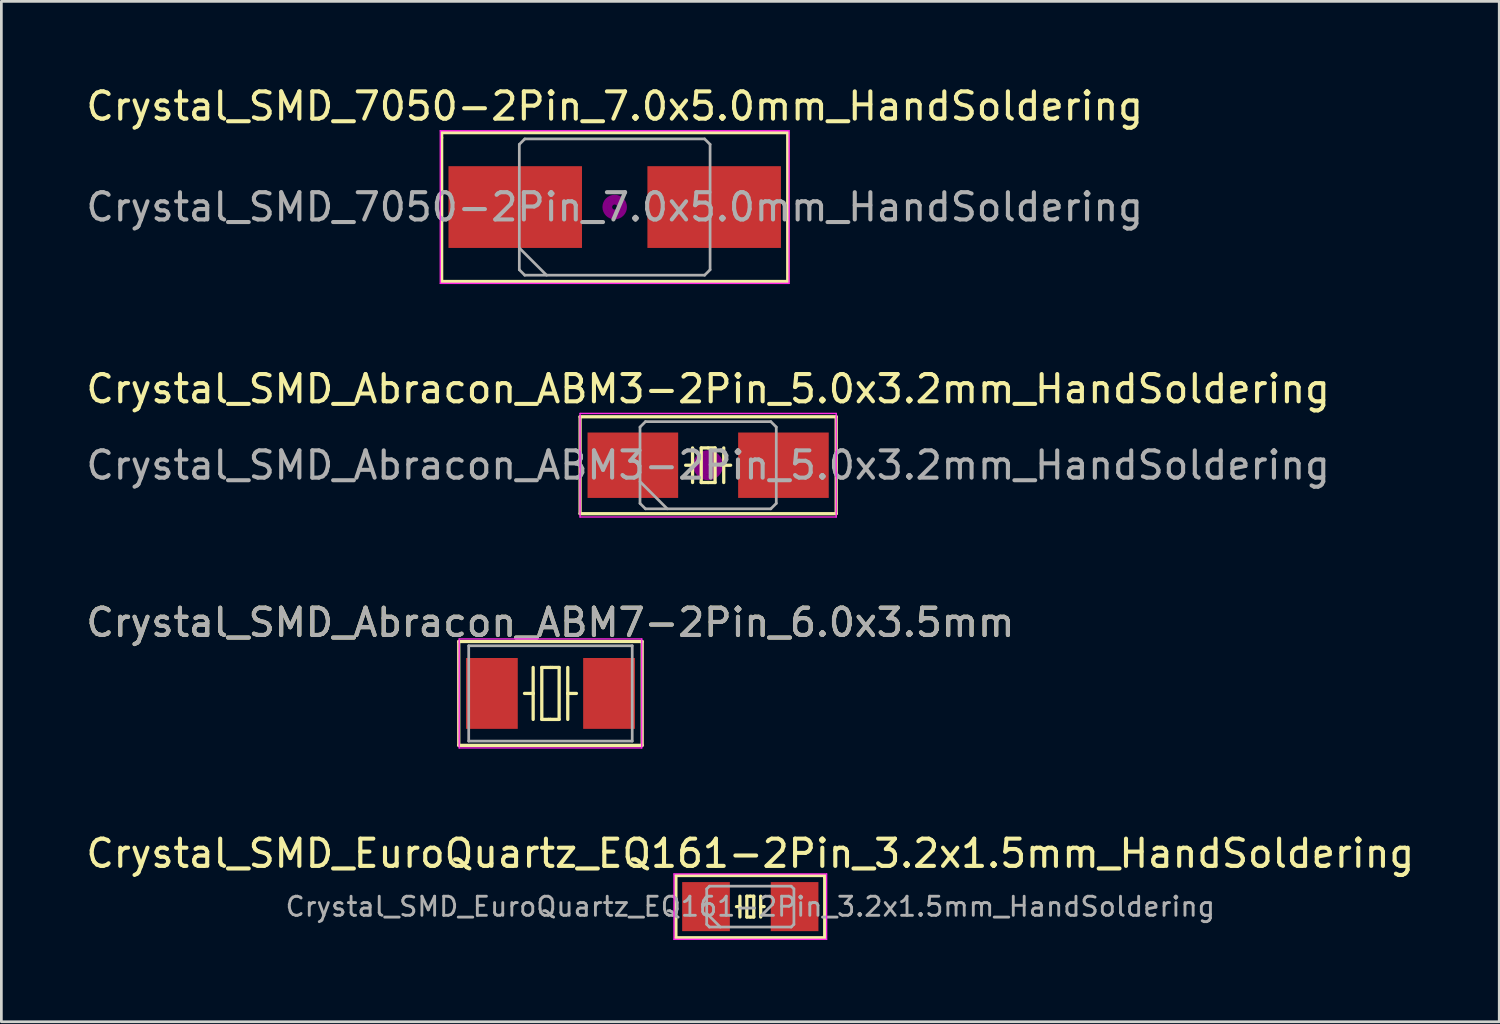
<source format=kicad_pcb>
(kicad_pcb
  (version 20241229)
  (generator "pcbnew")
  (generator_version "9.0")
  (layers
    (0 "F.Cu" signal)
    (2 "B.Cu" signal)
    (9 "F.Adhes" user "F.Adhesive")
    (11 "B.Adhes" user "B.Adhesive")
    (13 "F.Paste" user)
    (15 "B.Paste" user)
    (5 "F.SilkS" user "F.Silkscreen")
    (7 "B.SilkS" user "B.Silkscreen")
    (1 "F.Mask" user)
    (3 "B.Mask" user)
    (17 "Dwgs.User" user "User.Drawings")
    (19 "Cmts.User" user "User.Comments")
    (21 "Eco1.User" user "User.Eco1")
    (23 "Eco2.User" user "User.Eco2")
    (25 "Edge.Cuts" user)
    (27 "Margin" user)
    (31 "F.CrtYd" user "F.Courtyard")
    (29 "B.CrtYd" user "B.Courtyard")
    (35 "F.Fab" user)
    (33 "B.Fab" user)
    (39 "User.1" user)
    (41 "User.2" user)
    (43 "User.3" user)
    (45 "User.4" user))
  (footprint "Crystal_SMD_Abracon_ABM7-2Pin_6.0x3.5mm"
    (layer "F.Cu")
    (at 17.149 22.395)
    (property "Reference" "Crystal_SMD_Abracon_ABM7-2Pin_6.0x3.5mm" (at 0 -2.6 0) (layer "F.SilkS") (effects (font (size 1 1) (thickness 0.15))))
    (attr smd)
    (fp_line (start -3.365 -1.905) (end -3.365 1.905) (stroke (width 0.12) (type solid)) (layer "F.SilkS"))
    (fp_line (start -3.365 -1.905) (end 3.365 -1.905) (stroke (width 0.12) (type solid)) (layer "F.SilkS"))
    (fp_line (start -0.953 0) (end -0.635 0) (stroke (width 0.12) (type solid)) (layer "F.SilkS"))
    (fp_line (start -0.635 0) (end -0.635 -0.953) (stroke (width 0.12) (type solid)) (layer "F.SilkS"))
    (fp_line (start -0.635 0) (end -0.635 0.953) (stroke (width 0.12) (type solid)) (layer "F.SilkS"))
    (fp_line (start -0.318 -0.953) (end 0 -0.953) (stroke (width 0.12) (type solid)) (layer "F.SilkS"))
    (fp_line (start -0.318 0.953) (end -0.318 -0.953) (stroke (width 0.12) (type solid)) (layer "F.SilkS"))
    (fp_line (start -0.318 0.953) (end -0.064 0.953) (stroke (width 0.12) (type solid)) (layer "F.SilkS"))
    (fp_line (start -0.064 0.953) (end 0 0.953) (stroke (width 0.12) (type solid)) (layer "F.SilkS"))
    (fp_line (start 0.064 -0.953) (end 0 -0.953) (stroke (width 0.12) (type solid)) (layer "F.SilkS"))
    (fp_line (start 0.318 -0.953) (end 0.064 -0.953) (stroke (width 0.12) (type solid)) (layer "F.SilkS"))
    (fp_line (start 0.318 -0.953) (end 0.318 0.953) (stroke (width 0.12) (type solid)) (layer "F.SilkS"))
    (fp_line (start 0.318 0.953) (end 0 0.953) (stroke (width 0.12) (type solid)) (layer "F.SilkS"))
    (fp_line (start 0.635 0) (end 0.635 -0.953) (stroke (width 0.12) (type solid)) (layer "F.SilkS"))
    (fp_line (start 0.635 0) (end 0.635 0.953) (stroke (width 0.12) (type solid)) (layer "F.SilkS"))
    (fp_line (start 0.953 0) (end 0.635 0) (stroke (width 0.12) (type solid)) (layer "F.SilkS"))
    (fp_line (start 3.365 -1.905) (end 3.365 1.905) (stroke (width 0.12) (type solid)) (layer "F.SilkS"))
    (fp_line (start 3.365 1.905) (end -3.365 1.905) (stroke (width 0.12) (type solid)) (layer "F.SilkS"))
    (fp_line (start -3.35 -2) (end -3.35 2) (stroke (width 0.05) (type solid)) (layer "F.CrtYd"))
    (fp_line (start -3.35 -2) (end 3.35 -2) (stroke (width 0.05) (type solid)) (layer "F.CrtYd"))
    (fp_line (start 3.35 2) (end -3.35 2) (stroke (width 0.05) (type solid)) (layer "F.CrtYd"))
    (fp_line (start 3.35 2) (end 3.35 -2) (stroke (width 0.05) (type solid)) (layer "F.CrtYd"))
    (fp_line (start -3 -1.75) (end -3 1.75) (stroke (width 0.1) (type solid)) (layer "F.Fab"))
    (fp_line (start -3 -1.75) (end 3 -1.75) (stroke (width 0.1) (type solid)) (layer "F.Fab"))
    (fp_line (start -3 1.75) (end 3 1.75) (stroke (width 0.1) (type solid)) (layer "F.Fab"))
    (fp_line (start 3 -1.75) (end 3 1.75) (stroke (width 0.1) (type solid)) (layer "F.Fab"))
    (fp_text user "${REFERENCE}" (at 0 -2.6 0) (layer "F.Fab") (effects (font (size 1 1) (thickness 0.15))))
    (pad "1" smd rect (at -2.15 0) (size 1.9 2.6) (layers "F.Cu" "F.Mask" "F.Paste"))
    (pad "2" smd rect (at 2.15 0) (size 1.9 2.6) (layers "F.Cu" "F.Mask" "F.Paste")))
  (footprint "Crystal_SMD_Abracon_ABM3-2Pin_5.0x3.2mm_HandSoldering"
    (layer "F.Cu")
    (at 22.935 14.021)
    (property "Reference" "Crystal_SMD_Abracon_ABM3-2Pin_5.0x3.2mm_HandSoldering" (at 0 -2.8 0) (layer "F.SilkS") (effects (font (size 1 1) (thickness 0.15))))
    (attr smd)
    (fp_line (start -4.699 -1.778) (end -4.699 1.778) (stroke (width 0.12) (type solid)) (layer "F.SilkS"))
    (fp_line (start -4.699 1.778) (end 4.699 1.778) (stroke (width 0.12) (type solid)) (layer "F.SilkS"))
    (fp_line (start -0.826 0) (end -0.572 0) (stroke (width 0.12) (type solid)) (layer "F.SilkS"))
    (fp_line (start -0.572 -0.635) (end -0.572 0) (stroke (width 0.12) (type solid)) (layer "F.SilkS"))
    (fp_line (start -0.572 0) (end -0.572 0.635) (stroke (width 0.12) (type solid)) (layer "F.SilkS"))
    (fp_line (start -0.254 -0.635) (end 0 -0.635) (stroke (width 0.12) (type solid)) (layer "F.SilkS"))
    (fp_line (start -0.254 0.635) (end -0.254 -0.635) (stroke (width 0.12) (type solid)) (layer "F.SilkS"))
    (fp_line (start 0 -0.635) (end 0.254 -0.635) (stroke (width 0.12) (type solid)) (layer "F.SilkS"))
    (fp_line (start 0 0.635) (end -0.254 0.635) (stroke (width 0.12) (type solid)) (layer "F.SilkS"))
    (fp_line (start 0.254 -0.635) (end 0.254 0.635) (stroke (width 0.12) (type solid)) (layer "F.SilkS"))
    (fp_line (start 0.254 0.635) (end 0 0.635) (stroke (width 0.12) (type solid)) (layer "F.SilkS"))
    (fp_line (start 0.572 0) (end 0.572 -0.635) (stroke (width 0.12) (type solid)) (layer "F.SilkS"))
    (fp_line (start 0.572 0.635) (end 0.572 0) (stroke (width 0.12) (type solid)) (layer "F.SilkS"))
    (fp_line (start 0.826 0) (end 0.572 0) (stroke (width 0.12) (type solid)) (layer "F.SilkS"))
    (fp_line (start 4.699 -1.778) (end -4.699 -1.778) (stroke (width 0.12) (type solid)) (layer "F.SilkS"))
    (fp_line (start 4.699 1.778) (end 4.699 -1.778) (stroke (width 0.12) (type solid)) (layer "F.SilkS"))
    (fp_circle (center 0 0) (end 0.117 0) (stroke (width 0.233) (type solid)) (fill no) (layer "F.Adhes"))
    (fp_circle (center 0 0) (end 0.267 0) (stroke (width 0.167) (type solid)) (fill no) (layer "F.Adhes"))
    (fp_circle (center 0 0) (end 0.417 0) (stroke (width 0.167) (type solid)) (fill no) (layer "F.Adhes"))
    (fp_circle (center 0 0) (end 0.5 0) (stroke (width 0.1) (type solid)) (fill no) (layer "F.Adhes"))
    (fp_line (start -4.7 -1.9) (end -4.7 1.9) (stroke (width 0.05) (type solid)) (layer "F.CrtYd"))
    (fp_line (start -4.7 1.9) (end 4.7 1.9) (stroke (width 0.05) (type solid)) (layer "F.CrtYd"))
    (fp_line (start 4.7 -1.9) (end -4.7 -1.9) (stroke (width 0.05) (type solid)) (layer "F.CrtYd"))
    (fp_line (start 4.7 1.9) (end 4.7 -1.9) (stroke (width 0.05) (type solid)) (layer "F.CrtYd"))
    (fp_line (start -2.5 -1.4) (end -2.3 -1.6) (stroke (width 0.1) (type solid)) (layer "F.Fab"))
    (fp_line (start -2.5 0.6) (end -1.5 1.6) (stroke (width 0.1) (type solid)) (layer "F.Fab"))
    (fp_line (start -2.5 1.4) (end -2.5 -1.4) (stroke (width 0.1) (type solid)) (layer "F.Fab"))
    (fp_line (start -2.3 -1.6) (end 2.3 -1.6) (stroke (width 0.1) (type solid)) (layer "F.Fab"))
    (fp_line (start -2.3 1.6) (end -2.5 1.4) (stroke (width 0.1) (type solid)) (layer "F.Fab"))
    (fp_line (start 2.3 -1.6) (end 2.5 -1.4) (stroke (width 0.1) (type solid)) (layer "F.Fab"))
    (fp_line (start 2.3 1.6) (end -2.3 1.6) (stroke (width 0.1) (type solid)) (layer "F.Fab"))
    (fp_line (start 2.5 -1.4) (end 2.5 1.4) (stroke (width 0.1) (type solid)) (layer "F.Fab"))
    (fp_line (start 2.5 1.4) (end 2.3 1.6) (stroke (width 0.1) (type solid)) (layer "F.Fab"))
    (fp_text user "${REFERENCE}" (at 0 0 0) (layer "F.Fab") (effects (font (size 1 1) (thickness 0.15))))
    (pad "1" smd rect (at -2.763 0) (size 3.325 2.4) (layers "F.Cu" "F.Mask" "F.Paste"))
    (pad "2" smd rect (at 2.763 0) (size 3.325 2.4) (layers "F.Cu" "F.Mask" "F.Paste")))
  (footprint "Crystal_SMD_7050-2Pin_7.0x5.0mm_HandSoldering"
    (layer "F.Cu")
    (at 19.506 4.548)
    (property "Reference" "Crystal_SMD_7050-2Pin_7.0x5.0mm_HandSoldering" (at 0 -3.7 0) (layer "F.SilkS") (effects (font (size 1 1) (thickness 0.15))))
    (attr smd)
    (fp_line (start -6.35 -2.731) (end -6.35 -2.54) (stroke (width 0.12) (type solid)) (layer "F.SilkS"))
    (fp_line (start -6.35 -2.54) (end -6.35 2.731) (stroke (width 0.12) (type solid)) (layer "F.SilkS"))
    (fp_line (start -6.35 2.731) (end 6.35 2.731) (stroke (width 0.12) (type solid)) (layer "F.SilkS"))
    (fp_line (start 6.35 -2.731) (end -6.35 -2.731) (stroke (width 0.12) (type solid)) (layer "F.SilkS"))
    (fp_line (start 6.35 2.731) (end 6.35 -2.731) (stroke (width 0.12) (type solid)) (layer "F.SilkS"))
    (fp_circle (center 0 0) (end 0.093 0) (stroke (width 0.187) (type solid)) (fill no) (layer "F.Adhes"))
    (fp_circle (center 0 0) (end 0.213 0) (stroke (width 0.133) (type solid)) (fill no) (layer "F.Adhes"))
    (fp_circle (center 0 0) (end 0.333 0) (stroke (width 0.133) (type solid)) (fill no) (layer "F.Adhes"))
    (fp_circle (center 0 0) (end 0.4 0) (stroke (width 0.1) (type solid)) (fill no) (layer "F.Adhes"))
    (fp_line (start -6.4 -2.8) (end -6.4 2.8) (stroke (width 0.05) (type solid)) (layer "F.CrtYd"))
    (fp_line (start -6.4 2.8) (end 6.4 2.8) (stroke (width 0.05) (type solid)) (layer "F.CrtYd"))
    (fp_line (start 6.4 -2.8) (end -6.4 -2.8) (stroke (width 0.05) (type solid)) (layer "F.CrtYd"))
    (fp_line (start 6.4 2.8) (end 6.4 -2.8) (stroke (width 0.05) (type solid)) (layer "F.CrtYd"))
    (fp_line (start -3.5 -2.3) (end -3.3 -2.5) (stroke (width 0.1) (type solid)) (layer "F.Fab"))
    (fp_line (start -3.5 1.5) (end -2.5 2.5) (stroke (width 0.1) (type solid)) (layer "F.Fab"))
    (fp_line (start -3.5 2.3) (end -3.5 -2.3) (stroke (width 0.1) (type solid)) (layer "F.Fab"))
    (fp_line (start -3.3 -2.5) (end 3.3 -2.5) (stroke (width 0.1) (type solid)) (layer "F.Fab"))
    (fp_line (start -3.3 2.5) (end -3.5 2.3) (stroke (width 0.1) (type solid)) (layer "F.Fab"))
    (fp_line (start 3.3 -2.5) (end 3.5 -2.3) (stroke (width 0.1) (type solid)) (layer "F.Fab"))
    (fp_line (start 3.3 2.5) (end -3.3 2.5) (stroke (width 0.1) (type solid)) (layer "F.Fab"))
    (fp_line (start 3.5 -2.3) (end 3.5 2.3) (stroke (width 0.1) (type solid)) (layer "F.Fab"))
    (fp_line (start 3.5 2.3) (end 3.3 2.5) (stroke (width 0.1) (type solid)) (layer "F.Fab"))
    (fp_text user "${REFERENCE}" (at 0 0 0) (layer "F.Fab") (effects (font (size 1 1) (thickness 0.15))))
    (pad "1" smd rect (at -3.65 0) (size 4.9 3) (layers "F.Cu" "F.Mask" "F.Paste"))
    (pad "2" smd rect (at 3.65 0) (size 4.9 3) (layers "F.Cu" "F.Mask" "F.Paste")))
  (footprint "Crystal_SMD_EuroQuartz_EQ161-2Pin_3.2x1.5mm_HandSoldering"
    (layer "F.Cu")
    (at 24.482 30.218)
    (property "Reference" "Crystal_SMD_EuroQuartz_EQ161-2Pin_3.2x1.5mm_HandSoldering" (at 0 -1.95 0) (layer "F.SilkS") (effects (font (size 1 1) (thickness 0.15))))
    (attr smd)
    (fp_line (start -2.731 -1.143) (end -2.731 1.143) (stroke (width 0.12) (type solid)) (layer "F.SilkS"))
    (fp_line (start -2.731 1.143) (end 2.731 1.143) (stroke (width 0.12) (type solid)) (layer "F.SilkS"))
    (fp_line (start -0.508 0) (end -0.381 0) (stroke (width 0.12) (type solid)) (layer "F.SilkS"))
    (fp_line (start -0.381 0) (end -0.381 -0.381) (stroke (width 0.12) (type solid)) (layer "F.SilkS"))
    (fp_line (start -0.381 0) (end -0.381 0.381) (stroke (width 0.12) (type solid)) (layer "F.SilkS"))
    (fp_line (start -0.127 -0.381) (end 0 -0.381) (stroke (width 0.12) (type solid)) (layer "F.SilkS"))
    (fp_line (start -0.127 0.381) (end -0.127 -0.381) (stroke (width 0.12) (type solid)) (layer "F.SilkS"))
    (fp_line (start 0 -0.381) (end 0.127 -0.381) (stroke (width 0.12) (type solid)) (layer "F.SilkS"))
    (fp_line (start 0 0.381) (end -0.127 0.381) (stroke (width 0.12) (type solid)) (layer "F.SilkS"))
    (fp_line (start 0.127 -0.381) (end 0.127 0.381) (stroke (width 0.12) (type solid)) (layer "F.SilkS"))
    (fp_line (start 0.127 0.381) (end 0 0.381) (stroke (width 0.12) (type solid)) (layer "F.SilkS"))
    (fp_line (start 0.381 0) (end 0.381 -0.381) (stroke (width 0.12) (type solid)) (layer "F.SilkS"))
    (fp_line (start 0.381 0) (end 0.381 0.381) (stroke (width 0.12) (type solid)) (layer "F.SilkS"))
    (fp_line (start 0.508 0) (end 0.381 0) (stroke (width 0.12) (type solid)) (layer "F.SilkS"))
    (fp_line (start 2.731 -1.143) (end -2.731 -1.143) (stroke (width 0.12) (type solid)) (layer "F.SilkS"))
    (fp_line (start 2.731 -1.079) (end 2.731 -1.143) (stroke (width 0.12) (type solid)) (layer "F.SilkS"))
    (fp_line (start 2.731 1.143) (end 2.731 -1.079) (stroke (width 0.12) (type solid)) (layer "F.SilkS"))
    (fp_line (start -2.8 -1.2) (end -2.8 1.2) (stroke (width 0.05) (type solid)) (layer "F.CrtYd"))
    (fp_line (start -2.8 1.2) (end 2.8 1.2) (stroke (width 0.05) (type solid)) (layer "F.CrtYd"))
    (fp_line (start 2.8 -1.2) (end -2.8 -1.2) (stroke (width 0.05) (type solid)) (layer "F.CrtYd"))
    (fp_line (start 2.8 1.2) (end 2.8 -1.2) (stroke (width 0.05) (type solid)) (layer "F.CrtYd"))
    (fp_line (start -1.6 -0.65) (end -1.5 -0.75) (stroke (width 0.1) (type solid)) (layer "F.Fab"))
    (fp_line (start -1.6 0.25) (end -1.1 0.75) (stroke (width 0.1) (type solid)) (layer "F.Fab"))
    (fp_line (start -1.6 0.65) (end -1.6 -0.65) (stroke (width 0.1) (type solid)) (layer "F.Fab"))
    (fp_line (start -1.5 -0.75) (end 1.5 -0.75) (stroke (width 0.1) (type solid)) (layer "F.Fab"))
    (fp_line (start -1.5 0.75) (end -1.6 0.65) (stroke (width 0.1) (type solid)) (layer "F.Fab"))
    (fp_line (start 1.5 -0.75) (end 1.6 -0.65) (stroke (width 0.1) (type solid)) (layer "F.Fab"))
    (fp_line (start 1.5 0.75) (end -1.5 0.75) (stroke (width 0.1) (type solid)) (layer "F.Fab"))
    (fp_line (start 1.6 -0.65) (end 1.6 0.65) (stroke (width 0.1) (type solid)) (layer "F.Fab"))
    (fp_line (start 1.6 0.65) (end 1.5 0.75) (stroke (width 0.1) (type solid)) (layer "F.Fab"))
    (fp_text user "${REFERENCE}" (at 0 0 0) (layer "F.Fab") (effects (font (size 0.7 0.7) (thickness 0.105))))
    (pad "1" smd rect (at -1.625 0) (size 1.75 1.8) (layers "F.Cu" "F.Mask" "F.Paste"))
    (pad "2" smd rect (at 1.625 0) (size 1.75 1.8) (layers "F.Cu" "F.Mask" "F.Paste")))
  (gr_rect
    (start -3 -3)
    (end 51.964 34.443)
    (stroke (width 0.1) (type default))
    (fill no)
    (layer "Edge.Cuts")))
</source>
